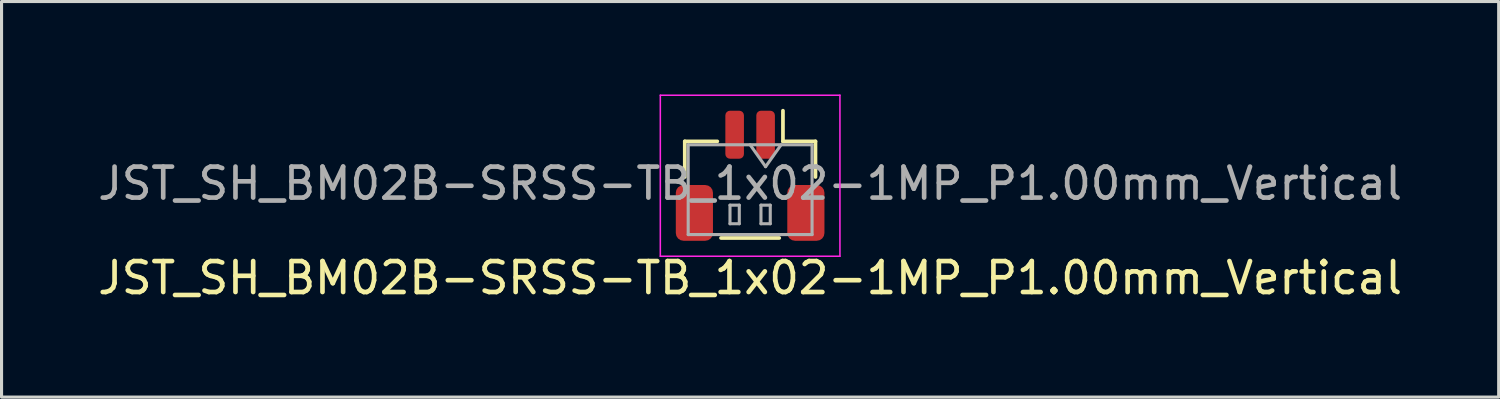
<source format=kicad_pcb>
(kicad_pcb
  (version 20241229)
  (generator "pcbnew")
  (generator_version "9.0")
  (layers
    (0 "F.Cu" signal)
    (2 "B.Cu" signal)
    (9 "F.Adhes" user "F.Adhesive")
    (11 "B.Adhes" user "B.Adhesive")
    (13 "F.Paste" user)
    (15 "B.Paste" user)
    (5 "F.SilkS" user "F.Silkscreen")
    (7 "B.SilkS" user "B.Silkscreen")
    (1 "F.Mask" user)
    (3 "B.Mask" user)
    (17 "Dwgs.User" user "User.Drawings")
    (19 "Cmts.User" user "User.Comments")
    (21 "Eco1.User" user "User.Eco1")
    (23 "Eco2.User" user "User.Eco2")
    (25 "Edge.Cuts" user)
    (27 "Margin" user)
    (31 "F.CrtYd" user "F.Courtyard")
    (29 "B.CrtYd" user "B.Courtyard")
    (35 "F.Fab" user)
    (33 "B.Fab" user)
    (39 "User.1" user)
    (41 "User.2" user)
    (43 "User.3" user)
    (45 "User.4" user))
  (footprint "JST_SH_BM02B-SRSS-TB_1x02-1MP_P1.00mm_Vertical"
    (layer "F.Cu")
    (at 21.173 2.625)
    (property "Reference" "JST_SH_BM02B-SRSS-TB_1x02-1MP_P1.00mm_Vertical" (at 0 3.3 180) (layer "F.SilkS") (effects (font (size 1 1) (thickness 0.15))))
    (attr smd)
    (fp_line (start -2.11 -1.11) (end -1.06 -1.11) (stroke (width 0.12) (type solid)) (layer "F.SilkS"))
    (fp_line (start -2.11 0.04) (end -2.11 -1.11) (stroke (width 0.12) (type solid)) (layer "F.SilkS"))
    (fp_line (start 0.94 2.01) (end -0.94 2.01) (stroke (width 0.12) (type solid)) (layer "F.SilkS"))
    (fp_line (start 1.06 -1.11) (end 1.06 -2.1) (stroke (width 0.12) (type solid)) (layer "F.SilkS"))
    (fp_line (start 2.11 -1.11) (end 1.06 -1.11) (stroke (width 0.12) (type solid)) (layer "F.SilkS"))
    (fp_line (start 2.11 0.04) (end 2.11 -1.11) (stroke (width 0.12) (type solid)) (layer "F.SilkS"))
    (fp_line (start -2.9 -2.6) (end -2.9 2.6) (stroke (width 0.05) (type solid)) (layer "F.CrtYd"))
    (fp_line (start -2.9 2.6) (end 2.9 2.6) (stroke (width 0.05) (type solid)) (layer "F.CrtYd"))
    (fp_line (start 2.9 -2.6) (end -2.9 -2.6) (stroke (width 0.05) (type solid)) (layer "F.CrtYd"))
    (fp_line (start 2.9 2.6) (end 2.9 -2.6) (stroke (width 0.05) (type solid)) (layer "F.CrtYd"))
    (fp_line (start -2 -1) (end -2 1.9) (stroke (width 0.1) (type solid)) (layer "F.Fab"))
    (fp_line (start -0.65 0.95) (end -0.65 1.55) (stroke (width 0.1) (type solid)) (layer "F.Fab"))
    (fp_line (start -0.65 1.55) (end -0.35 1.55) (stroke (width 0.1) (type solid)) (layer "F.Fab"))
    (fp_line (start -0.35 0.95) (end -0.65 0.95) (stroke (width 0.1) (type solid)) (layer "F.Fab"))
    (fp_line (start -0.35 1.55) (end -0.35 0.95) (stroke (width 0.1) (type solid)) (layer "F.Fab"))
    (fp_line (start 0.35 0.95) (end 0.35 1.55) (stroke (width 0.1) (type solid)) (layer "F.Fab"))
    (fp_line (start 0.35 1.55) (end 0.65 1.55) (stroke (width 0.1) (type solid)) (layer "F.Fab"))
    (fp_line (start 0.5 -0.293) (end 0 -1) (stroke (width 0.1) (type solid)) (layer "F.Fab"))
    (fp_line (start 0.65 0.95) (end 0.35 0.95) (stroke (width 0.1) (type solid)) (layer "F.Fab"))
    (fp_line (start 0.65 1.55) (end 0.65 0.95) (stroke (width 0.1) (type solid)) (layer "F.Fab"))
    (fp_line (start 1 -1) (end 0.5 -0.293) (stroke (width 0.1) (type solid)) (layer "F.Fab"))
    (fp_line (start 2 -1) (end -2 -1) (stroke (width 0.1) (type solid)) (layer "F.Fab"))
    (fp_line (start 2 -1) (end 2 1.9) (stroke (width 0.1) (type solid)) (layer "F.Fab"))
    (fp_line (start 2 1.9) (end -2 1.9) (stroke (width 0.1) (type solid)) (layer "F.Fab"))
    (fp_text user "${REFERENCE}" (at 0 0.25 180) (layer "F.Fab") (effects (font (size 1 1) (thickness 0.15))))
    (pad "1" smd roundrect (at 0.5 -1.325 180) (size 0.6 1.55) (layers "F.Cu" "F.Mask" "F.Paste") (roundrect_rratio 0.25))
    (pad "2" smd roundrect (at -0.5 -1.325 180) (size 0.6 1.55) (layers "F.Cu" "F.Mask" "F.Paste") (roundrect_rratio 0.25))
    (pad "MP" smd roundrect (at -1.8 1.2 180) (size 1.2 1.8) (layers "F.Cu" "F.Mask" "F.Paste") (roundrect_rratio 0.208))
    (pad "MP" smd roundrect (at 1.8 1.2 180) (size 1.2 1.8) (layers "F.Cu" "F.Mask" "F.Paste") (roundrect_rratio 0.208)))
  (gr_rect
    (start -3 -3)
    (end 45.345 9.773)
    (stroke (width 0.1) (type default))
    (fill no)
    (layer "Edge.Cuts")))
</source>
